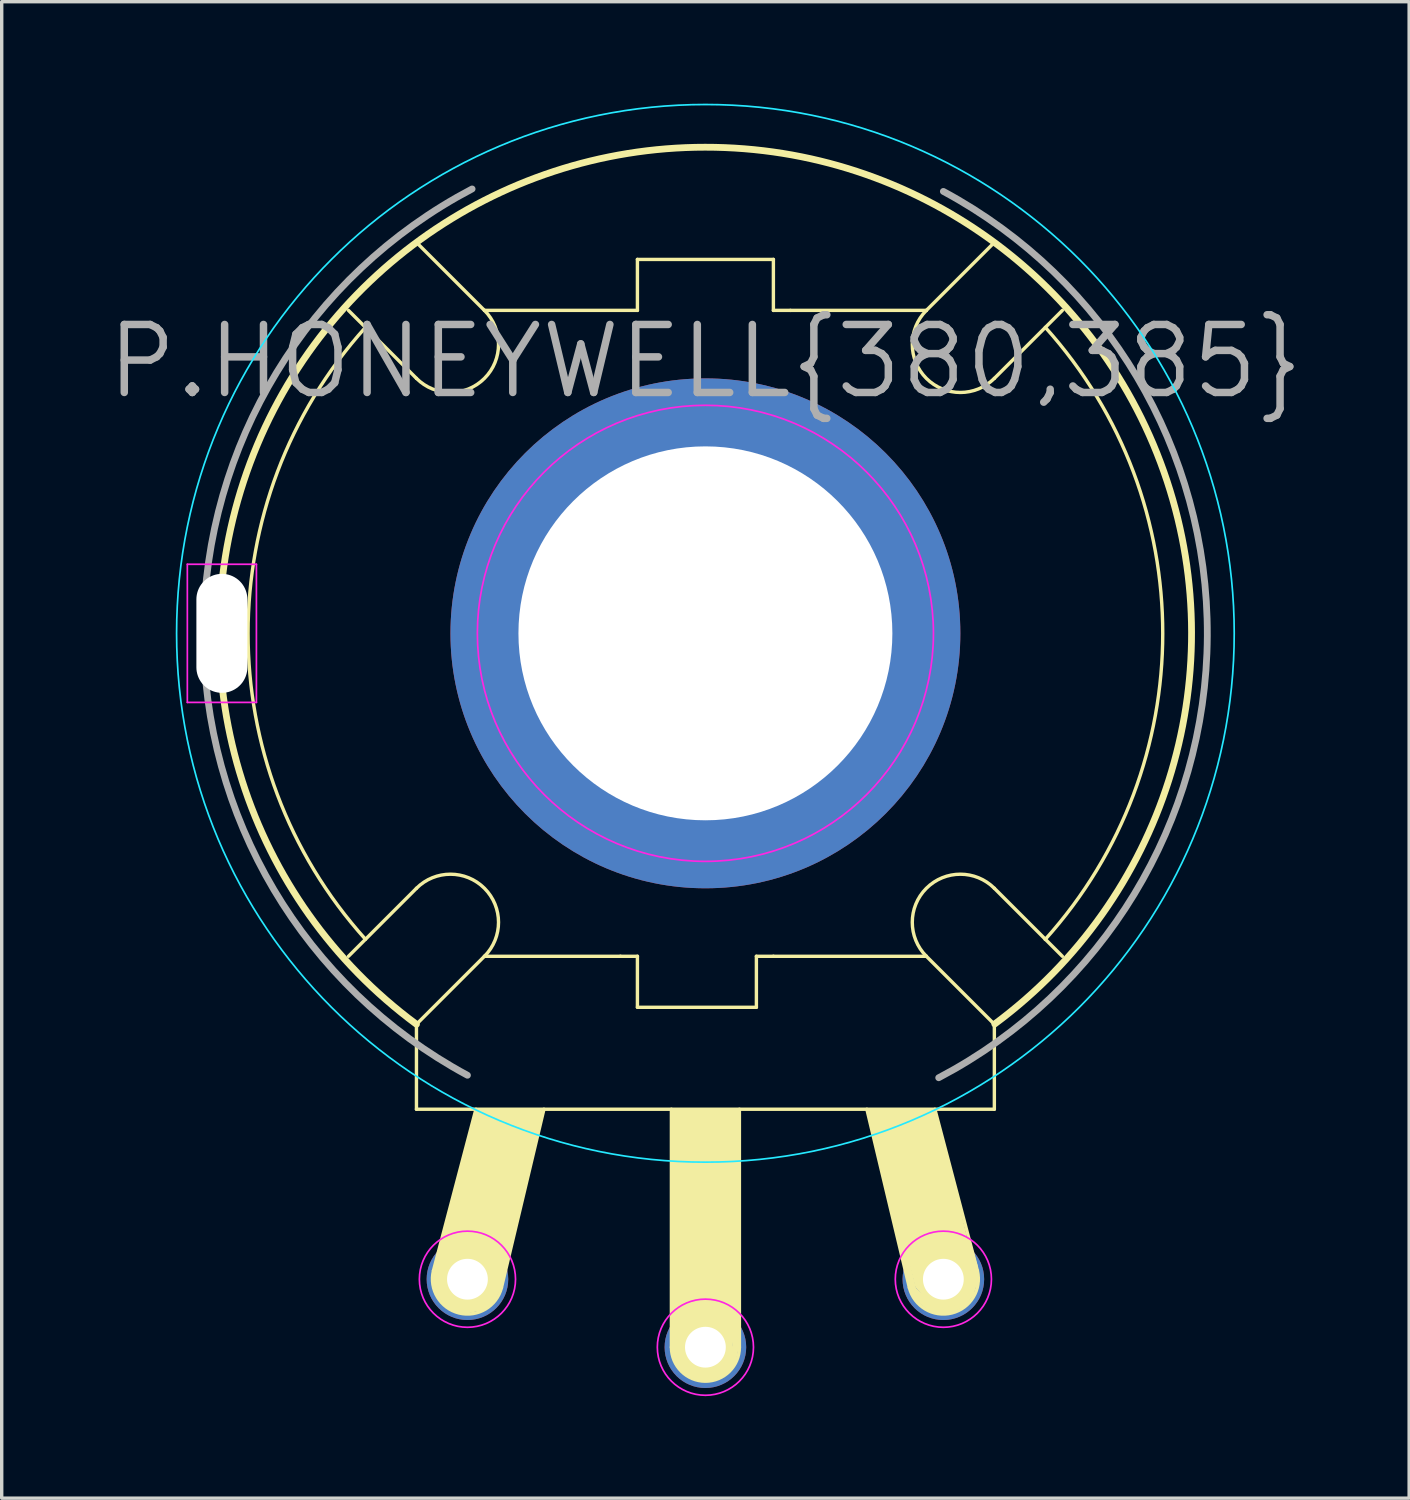
<source format=kicad_pcb>
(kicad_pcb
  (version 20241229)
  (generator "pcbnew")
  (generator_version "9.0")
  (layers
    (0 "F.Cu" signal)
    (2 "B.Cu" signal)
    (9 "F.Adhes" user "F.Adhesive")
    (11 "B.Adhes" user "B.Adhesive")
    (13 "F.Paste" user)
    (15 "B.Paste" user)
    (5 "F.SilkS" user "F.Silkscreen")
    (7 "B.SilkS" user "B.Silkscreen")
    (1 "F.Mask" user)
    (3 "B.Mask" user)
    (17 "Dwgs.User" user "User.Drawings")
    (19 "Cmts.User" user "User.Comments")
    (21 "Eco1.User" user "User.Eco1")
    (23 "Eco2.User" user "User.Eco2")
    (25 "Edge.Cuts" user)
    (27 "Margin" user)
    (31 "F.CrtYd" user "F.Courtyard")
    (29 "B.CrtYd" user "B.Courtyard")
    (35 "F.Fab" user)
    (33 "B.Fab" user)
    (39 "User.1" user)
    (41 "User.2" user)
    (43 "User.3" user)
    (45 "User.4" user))
  (footprint "P.HONEYWELL{380,385}"
    (layer "F.Cu")
    (at 17.701 15.581)
    (property "Reference" "P.HONEYWELL{380,385}" (at 0 -8 0) (layer "F.Fab") (effects (font (size 2 2) (thickness 0.22))))
    (attr through_hole)
    (fp_line (start -10.5 -9.5) (end -8.5 -7.5) (stroke (width 0.1) (type solid)) (layer "F.SilkS"))
    (fp_line (start -10.5 9.5) (end -8.5 7.5) (stroke (width 0.1) (type solid)) (layer "F.SilkS"))
    (fp_line (start -8.5 -11.5) (end -6.5 -9.5) (stroke (width 0.1) (type solid)) (layer "F.SilkS"))
    (fp_line (start -8.5 11.5) (end -8.5 14) (stroke (width 0.1) (type solid)) (layer "F.SilkS"))
    (fp_line (start -8.5 11.5) (end -6.5 9.5) (stroke (width 0.1) (type solid)) (layer "F.SilkS"))
    (fp_line (start -8.5 14) (end 8.5 14) (stroke (width 0.1) (type solid)) (layer "F.SilkS"))
    (fp_line (start -8 18.75) (end -6.75 14) (stroke (width 0.1) (type solid)) (layer "F.SilkS"))
    (fp_line (start -7.9 18.8) (end -7.8 18.4) (stroke (width 0.2) (type solid)) (layer "F.SilkS"))
    (fp_line (start -7.9 19.3) (end -7.9 18.8) (stroke (width 0.2) (type solid)) (layer "F.SilkS"))
    (fp_line (start -7.8 18.4) (end -6.7 14.2) (stroke (width 0.2) (type solid)) (layer "F.SilkS"))
    (fp_line (start -7.6 18.7) (end -7.6 19.4) (stroke (width 0.5) (type solid)) (layer "F.SilkS"))
    (fp_line (start -7.6 19.4) (end -7 19.7) (stroke (width 0.5) (type solid)) (layer "F.SilkS"))
    (fp_line (start -7.6 19.7) (end -7.9 19.3) (stroke (width 0.2) (type solid)) (layer "F.SilkS"))
    (fp_line (start -7.3 18.6) (end -6.1 14.6) (stroke (width 0.5) (type solid)) (layer "F.SilkS"))
    (fp_line (start -7.3 19.9) (end -7.6 19.7) (stroke (width 0.2) (type solid)) (layer "F.SilkS"))
    (fp_line (start -7.2 19.2) (end -7.3 18.6) (stroke (width 0.5) (type solid)) (layer "F.SilkS"))
    (fp_line (start -7 18.8) (end -5.7 14.4) (stroke (width 0.5) (type solid)) (layer "F.SilkS"))
    (fp_line (start -7 19.7) (end -6.5 19.5) (stroke (width 0.5) (type solid)) (layer "F.SilkS"))
    (fp_line (start -7 19.9) (end -7.3 19.9) (stroke (width 0.2) (type solid)) (layer "F.SilkS"))
    (fp_line (start -6.7 14.1) (end -4.9 14.1) (stroke (width 0.2) (type solid)) (layer "F.SilkS"))
    (fp_line (start -6.7 19) (end -7 18.8) (stroke (width 0.5) (type solid)) (layer "F.SilkS"))
    (fp_line (start -6.5 9.5) (end -2.5 9.5) (stroke (width 0.1) (type solid)) (layer "F.SilkS"))
    (fp_line (start -6.5 19.5) (end -6.4 19.3) (stroke (width 0.5) (type solid)) (layer "F.SilkS"))
    (fp_line (start -6.5 19.8) (end -7 19.9) (stroke (width 0.2) (type solid)) (layer "F.SilkS"))
    (fp_line (start -6.4 14.3) (end -7.6 18.7) (stroke (width 0.5) (type solid)) (layer "F.SilkS"))
    (fp_line (start -6.4 19.1) (end -5.2 14.3) (stroke (width 0.5) (type solid)) (layer "F.SilkS"))
    (fp_line (start -6.4 19.3) (end -7.2 19.2) (stroke (width 0.5) (type solid)) (layer "F.SilkS"))
    (fp_line (start -6.3 19.6) (end -6.5 19.8) (stroke (width 0.2) (type solid)) (layer "F.SilkS"))
    (fp_line (start -6.1 14.6) (end -5.7 14.7) (stroke (width 0.5) (type solid)) (layer "F.SilkS"))
    (fp_line (start -6.1 19.2) (end -6.3 19.6) (stroke (width 0.2) (type solid)) (layer "F.SilkS"))
    (fp_line (start -6 19.25) (end -4.75 14) (stroke (width 0.1) (type solid)) (layer "F.SilkS"))
    (fp_line (start -5.7 14.4) (end -6.2 14.4) (stroke (width 0.5) (type solid)) (layer "F.SilkS"))
    (fp_line (start -5.7 14.7) (end -6.7 19) (stroke (width 0.5) (type solid)) (layer "F.SilkS"))
    (fp_line (start -5.2 14.3) (end -6.4 14.3) (stroke (width 0.5) (type solid)) (layer "F.SilkS"))
    (fp_line (start -4.9 14.1) (end -6.1 19.2) (stroke (width 0.2) (type solid)) (layer "F.SilkS"))
    (fp_line (start -2.5 9.5) (end -2 9.5) (stroke (width 0.1) (type solid)) (layer "F.SilkS"))
    (fp_line (start -2 -11) (end -2 -9.5) (stroke (width 0.1) (type solid)) (layer "F.SilkS"))
    (fp_line (start -2 -9.5) (end -6.5 -9.5) (stroke (width 0.1) (type solid)) (layer "F.SilkS"))
    (fp_line (start -2 9.5) (end -2 11) (stroke (width 0.1) (type solid)) (layer "F.SilkS"))
    (fp_line (start -2 11) (end 1.5 11) (stroke (width 0.1) (type solid)) (layer "F.SilkS"))
    (fp_line (start -1 21) (end -1 14) (stroke (width 0.1) (type solid)) (layer "F.SilkS"))
    (fp_line (start -0.9 14.1) (end 0.9 14.1) (stroke (width 0.2) (type solid)) (layer "F.SilkS"))
    (fp_line (start -0.9 14.2) (end -0.8 14.2) (stroke (width 0.2) (type solid)) (layer "F.SilkS"))
    (fp_line (start -0.9 19.1) (end -0.9 14.2) (stroke (width 0.2) (type solid)) (layer "F.SilkS"))
    (fp_line (start -0.9 21.2) (end -0.9 19.1) (stroke (width 0.2) (type solid)) (layer "F.SilkS"))
    (fp_line (start -0.7 14.3) (end -0.7 20.7) (stroke (width 0.5) (type solid)) (layer "F.SilkS"))
    (fp_line (start -0.7 20.7) (end -0.5 21.5) (stroke (width 0.5) (type solid)) (layer "F.SilkS"))
    (fp_line (start -0.7 21.6) (end -0.9 21.2) (stroke (width 0.2) (type solid)) (layer "F.SilkS"))
    (fp_line (start -0.5 21.5) (end 0 21.7) (stroke (width 0.5) (type solid)) (layer "F.SilkS"))
    (fp_line (start -0.3 14.3) (end -0.3 20.8) (stroke (width 0.5) (type solid)) (layer "F.SilkS"))
    (fp_line (start -0.3 20.8) (end -0.2 21.3) (stroke (width 0.5) (type solid)) (layer "F.SilkS"))
    (fp_line (start -0.2 21.3) (end 0.1 21.2) (stroke (width 0.5) (type solid)) (layer "F.SilkS"))
    (fp_line (start -0.2 21.9) (end -0.7 21.6) (stroke (width 0.2) (type solid)) (layer "F.SilkS"))
    (fp_line (start -0.1 14.5) (end 0 20.7) (stroke (width 0.5) (type solid)) (layer "F.SilkS"))
    (fp_line (start 0 21.7) (end 0.5 21.4) (stroke (width 0.5) (type solid)) (layer "F.SilkS"))
    (fp_line (start 0.1 21.2) (end 0.2 20.6) (stroke (width 0.5) (type solid)) (layer "F.SilkS"))
    (fp_line (start 0.1 21.9) (end -0.2 21.9) (stroke (width 0.2) (type solid)) (layer "F.SilkS"))
    (fp_line (start 0.2 14.6) (end -0.1 14.5) (stroke (width 0.5) (type solid)) (layer "F.SilkS"))
    (fp_line (start 0.2 20.6) (end 0.2 14.6) (stroke (width 0.5) (type solid)) (layer "F.SilkS"))
    (fp_line (start 0.5 21.4) (end 0.6 20.5) (stroke (width 0.5) (type solid)) (layer "F.SilkS"))
    (fp_line (start 0.6 14.3) (end -0.3 14.3) (stroke (width 0.5) (type solid)) (layer "F.SilkS"))
    (fp_line (start 0.6 14.4) (end 0.6 14.3) (stroke (width 0.5) (type solid)) (layer "F.SilkS"))
    (fp_line (start 0.6 20.5) (end 0.6 14.4) (stroke (width 0.5) (type solid)) (layer "F.SilkS"))
    (fp_line (start 0.6 21.7) (end 0.1 21.9) (stroke (width 0.2) (type solid)) (layer "F.SilkS"))
    (fp_line (start 0.8 21.4) (end 0.6 21.7) (stroke (width 0.2) (type solid)) (layer "F.SilkS"))
    (fp_line (start 0.9 14.1) (end 0.9 20.9) (stroke (width 0.2) (type solid)) (layer "F.SilkS"))
    (fp_line (start 0.9 20.9) (end 0.8 21.4) (stroke (width 0.2) (type solid)) (layer "F.SilkS"))
    (fp_line (start 1 21) (end 1 14) (stroke (width 0.1) (type solid)) (layer "F.SilkS"))
    (fp_line (start 1.5 9.5) (end 2 9.5) (stroke (width 0.1) (type solid)) (layer "F.SilkS"))
    (fp_line (start 1.5 11) (end 1.5 9.5) (stroke (width 0.1) (type solid)) (layer "F.SilkS"))
    (fp_line (start 2 -11) (end -2 -11) (stroke (width 0.1) (type solid)) (layer "F.SilkS"))
    (fp_line (start 2 -9.5) (end 2 -11) (stroke (width 0.1) (type solid)) (layer "F.SilkS"))
    (fp_line (start 2 9.5) (end 6.5 9.5) (stroke (width 0.1) (type solid)) (layer "F.SilkS"))
    (fp_line (start 2.5 -9.5) (end 2 -9.5) (stroke (width 0.1) (type solid)) (layer "F.SilkS"))
    (fp_line (start 4.9 14.1) (end 6.1 19.3) (stroke (width 0.2) (type solid)) (layer "F.SilkS"))
    (fp_line (start 5.2 14.3) (end 6.4 19.1) (stroke (width 0.5) (type solid)) (layer "F.SilkS"))
    (fp_line (start 5.6 14.7) (end 6.7 19.1) (stroke (width 0.5) (type solid)) (layer "F.SilkS"))
    (fp_line (start 5.8 14.7) (end 6.8 19.1) (stroke (width 0.5) (type solid)) (layer "F.SilkS"))
    (fp_line (start 6 19.25) (end 4.75 14) (stroke (width 0.1) (type solid)) (layer "F.SilkS"))
    (fp_line (start 6.1 14.6) (end 5.6 14.7) (stroke (width 0.5) (type solid)) (layer "F.SilkS"))
    (fp_line (start 6.1 19.3) (end 6.5 19.7) (stroke (width 0.2) (type solid)) (layer "F.SilkS"))
    (fp_line (start 6.2 19.5) (end 6.7 19.9) (stroke (width 0.2) (type solid)) (layer "F.SilkS"))
    (fp_line (start 6.4 19.1) (end 6.8 19.6) (stroke (width 0.5) (type solid)) (layer "F.SilkS"))
    (fp_line (start 6.5 -9.5) (end 2.5 -9.5) (stroke (width 0.1) (type solid)) (layer "F.SilkS"))
    (fp_line (start 6.5 14.3) (end 5.2 14.3) (stroke (width 0.5) (type solid)) (layer "F.SilkS"))
    (fp_line (start 6.5 19.7) (end 6.2 19.5) (stroke (width 0.2) (type solid)) (layer "F.SilkS"))
    (fp_line (start 6.7 14.1) (end 4.9 14.1) (stroke (width 0.2) (type solid)) (layer "F.SilkS"))
    (fp_line (start 6.7 19.1) (end 7 19.3) (stroke (width 0.5) (type solid)) (layer "F.SilkS"))
    (fp_line (start 6.7 19.9) (end 7.2 19.9) (stroke (width 0.2) (type solid)) (layer "F.SilkS"))
    (fp_line (start 6.8 19.1) (end 7 19.4) (stroke (width 0.5) (type solid)) (layer "F.SilkS"))
    (fp_line (start 6.8 19.6) (end 7.2 19.6) (stroke (width 0.5) (type solid)) (layer "F.SilkS"))
    (fp_line (start 7 19.3) (end 7.3 19) (stroke (width 0.5) (type solid)) (layer "F.SilkS"))
    (fp_line (start 7 19.4) (end 7.2 19.1) (stroke (width 0.5) (type solid)) (layer "F.SilkS"))
    (fp_line (start 7.2 19.1) (end 7.7 19.1) (stroke (width 0.5) (type solid)) (layer "F.SilkS"))
    (fp_line (start 7.2 19.6) (end 7.4 19.4) (stroke (width 0.5) (type solid)) (layer "F.SilkS"))
    (fp_line (start 7.2 19.9) (end 7.6 19.7) (stroke (width 0.2) (type solid)) (layer "F.SilkS"))
    (fp_line (start 7.3 19) (end 5.8 14.7) (stroke (width 0.5) (type solid)) (layer "F.SilkS"))
    (fp_line (start 7.4 19.4) (end 7.6 18.9) (stroke (width 0.5) (type solid)) (layer "F.SilkS"))
    (fp_line (start 7.5 19.5) (end 6.9 19.6) (stroke (width 0.5) (type solid)) (layer "F.SilkS"))
    (fp_line (start 7.6 18.6) (end 6.5 14.3) (stroke (width 0.5) (type solid)) (layer "F.SilkS"))
    (fp_line (start 7.6 18.9) (end 6.1 14.6) (stroke (width 0.5) (type solid)) (layer "F.SilkS"))
    (fp_line (start 7.6 19.7) (end 7.8 19.4) (stroke (width 0.2) (type solid)) (layer "F.SilkS"))
    (fp_line (start 7.7 19.1) (end 7.5 19.5) (stroke (width 0.5) (type solid)) (layer "F.SilkS"))
    (fp_line (start 7.8 18.6) (end 6.7 14.1) (stroke (width 0.2) (type solid)) (layer "F.SilkS"))
    (fp_line (start 7.8 19.4) (end 7.9 19.1) (stroke (width 0.2) (type solid)) (layer "F.SilkS"))
    (fp_line (start 7.9 18.6) (end 7.7 17.9) (stroke (width 0.2) (type solid)) (layer "F.SilkS"))
    (fp_line (start 7.9 19.1) (end 7.9 18.6) (stroke (width 0.2) (type solid)) (layer "F.SilkS"))
    (fp_line (start 8 18.75) (end 6.75 14) (stroke (width 0.1) (type solid)) (layer "F.SilkS"))
    (fp_line (start 8.5 -11.5) (end 6.5 -9.5) (stroke (width 0.1) (type solid)) (layer "F.SilkS"))
    (fp_line (start 8.5 11.5) (end 6.5 9.5) (stroke (width 0.1) (type solid)) (layer "F.SilkS"))
    (fp_line (start 8.5 14) (end 8.5 11.5) (stroke (width 0.1) (type solid)) (layer "F.SilkS"))
    (fp_line (start 10.5 -9.5) (end 8.5 -7.5) (stroke (width 0.1) (type solid)) (layer "F.SilkS"))
    (fp_line (start 10.5 9.5) (end 8.5 7.5) (stroke (width 0.1) (type solid)) (layer "F.SilkS"))
    (fp_arc (start -10 9) (mid -13.453624 -0.003003) (end -9.995982 -9.004463) (stroke (width 0.1) (type solid)) (layer "F.SilkS"))
    (fp_arc (start -8.5 7.5) (mid -6.5 7.5) (end -6.5 9.5) (stroke (width 0.1) (type solid)) (layer "F.SilkS"))
    (fp_arc (start -8.5 11.5) (mid -0.007679 -14.300348) (end 8.512345 11.490865) (stroke (width 0.2) (type solid)) (layer "F.SilkS"))
    (fp_arc (start -6.5 -9.5) (mid -6.5 -7.5) (end -8.5 -7.5) (stroke (width 0.1) (type solid)) (layer "F.SilkS"))
    (fp_arc (start -6 19.25) (mid -7.25 20) (end -8 18.75) (stroke (width 0.1) (type solid)) (layer "F.SilkS"))
    (fp_arc (start 1 21) (mid 0 22) (end -1 21) (stroke (width 0.1) (type solid)) (layer "F.SilkS"))
    (fp_arc (start 6.5 9.5) (mid 6.5 7.5) (end 8.5 7.5) (stroke (width 0.1) (type solid)) (layer "F.SilkS"))
    (fp_arc (start 8 18.75) (mid 7.25 20) (end 6 19.25) (stroke (width 0.1) (type solid)) (layer "F.SilkS"))
    (fp_arc (start 8.5 -7.5) (mid 6.5 -7.5) (end 6.5 -9.5) (stroke (width 0.1) (type solid)) (layer "F.SilkS"))
    (fp_arc (start 10 -9) (mid 13.453624 0.003003) (end 9.995982 9.004463) (stroke (width 0.1) (type solid)) (layer "F.SilkS"))
    (fp_circle (center 0 0) (end 11 11) (stroke (width 0.05) (type solid)) (fill no) (layer "B.CrtYd"))
    (fp_line (start -15.24 -2.032) (end -13.208 -2.032) (stroke (width 0.05) (type solid)) (layer "F.CrtYd"))
    (fp_line (start -15.24 2.032) (end -15.24 -2.032) (stroke (width 0.05) (type solid)) (layer "F.CrtYd"))
    (fp_line (start -13.208 -2.032) (end -13.208 2.032) (stroke (width 0.05) (type solid)) (layer "F.CrtYd"))
    (fp_line (start -13.208 2.032) (end -15.24 2.032) (stroke (width 0.05) (type solid)) (layer "F.CrtYd"))
    (fp_circle (center -7 19) (end -6 20) (stroke (width 0.05) (type solid)) (fill no) (layer "F.CrtYd"))
    (fp_circle (center 0 0) (end 3 6) (stroke (width 0.05) (type solid)) (fill no) (layer "F.CrtYd"))
    (fp_circle (center 0 21) (end 1 22) (stroke (width 0.05) (type solid)) (fill no) (layer "F.CrtYd"))
    (fp_circle (center 7 19) (end 8 20) (stroke (width 0.05) (type solid)) (fill no) (layer "F.CrtYd"))
    (fp_arc (start -7 13) (mid -14.76462 -0.077503) (end -6.863138 -13.072771) (stroke (width 0.2) (type solid)) (layer "F.Fab"))
    (fp_arc (start 7 -13) (mid 14.76462 0.077503) (end 6.863138 13.072771) (stroke (width 0.2) (type solid)) (layer "F.Fab"))
    (pad "" np_thru_hole oval (at -14.224 0) (size 1.5 3.5) (drill oval 1.5 3.5) (layers "*.Cu" "*.Mask"))
    (pad "1" thru_hole circle (at -7 19) (size 2.4 2.4) (drill 1.2) (layers "*.Cu" "*.Mask"))
    (pad "2" thru_hole circle (at 0 21) (size 2.4 2.4) (drill 1.2) (layers "*.Cu" "*.Mask"))
    (pad "3" thru_hole circle (at 7 19) (size 2.4 2.4) (drill 1.2) (layers "*.Cu" "*.Mask"))
    (pad "4" thru_hole circle (at 0 0) (size 15 15) (drill 11) (layers "*.Cu" "*.Mask")))
  (gr_rect
    (start -3 -3)
    (end 38.403 41.021)
    (stroke (width 0.1) (type default))
    (fill no)
    (layer "Edge.Cuts")))
</source>
